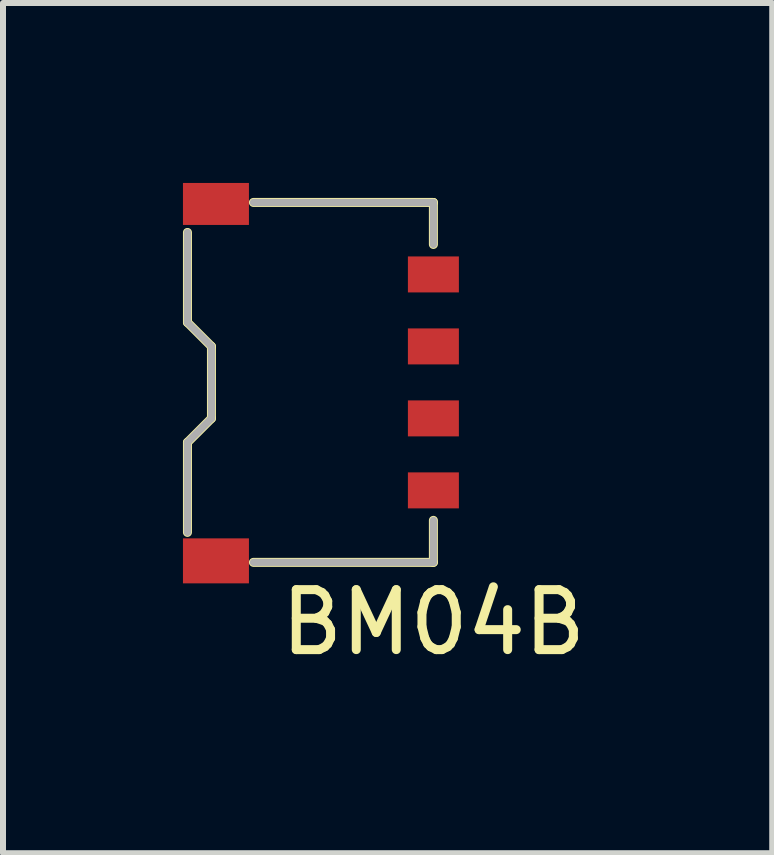
<source format=kicad_pcb>
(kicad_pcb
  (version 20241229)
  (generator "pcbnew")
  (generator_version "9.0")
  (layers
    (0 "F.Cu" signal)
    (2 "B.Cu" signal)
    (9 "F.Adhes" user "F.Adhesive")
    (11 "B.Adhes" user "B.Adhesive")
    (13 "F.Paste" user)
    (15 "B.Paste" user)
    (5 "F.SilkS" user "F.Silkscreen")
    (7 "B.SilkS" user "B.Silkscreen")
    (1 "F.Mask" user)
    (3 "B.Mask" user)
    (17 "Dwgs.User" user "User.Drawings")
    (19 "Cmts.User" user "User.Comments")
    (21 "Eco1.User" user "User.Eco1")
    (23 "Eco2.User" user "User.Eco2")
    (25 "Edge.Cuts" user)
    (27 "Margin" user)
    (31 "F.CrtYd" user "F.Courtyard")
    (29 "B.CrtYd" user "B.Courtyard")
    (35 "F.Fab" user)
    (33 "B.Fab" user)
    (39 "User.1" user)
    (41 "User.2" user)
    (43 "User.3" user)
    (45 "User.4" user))
  (footprint "BM04B"
    (layer "F.Cu")
    (at 4.175 3.325)
    (property "Reference" "BM04B" (at 0 4 0) (layer "F.SilkS") (effects (font (size 1 1) (thickness 0.15))))
    (attr through_hole)
    (fp_line (start -4.1 -2.5) (end -4.1 -1) (stroke (width 0.15) (type solid)) (layer "F.SilkS"))
    (fp_line (start -4.1 -1) (end -3.7 -0.6) (stroke (width 0.15) (type solid)) (layer "F.SilkS"))
    (fp_line (start -4.1 1) (end -4.1 2.5) (stroke (width 0.15) (type solid)) (layer "F.SilkS"))
    (fp_line (start -3.7 -0.6) (end -3.7 0.6) (stroke (width 0.15) (type solid)) (layer "F.SilkS"))
    (fp_line (start -3.7 0.6) (end -4.1 1) (stroke (width 0.15) (type solid)) (layer "F.SilkS"))
    (fp_line (start -3 -3) (end 0 -3) (stroke (width 0.15) (type solid)) (layer "F.SilkS"))
    (fp_line (start 0 -3) (end 0 -2.3) (stroke (width 0.15) (type solid)) (layer "F.SilkS"))
    (fp_line (start 0 2.3) (end 0 3) (stroke (width 0.15) (type solid)) (layer "F.SilkS"))
    (fp_line (start 0 3) (end -3 3) (stroke (width 0.15) (type solid)) (layer "F.SilkS"))
    (fp_line (start -4.1 -2.5) (end -4.1 -1) (stroke (width 0.12) (type solid)) (layer "F.Fab"))
    (fp_line (start -4.1 -1) (end -3.7 -0.6) (stroke (width 0.12) (type solid)) (layer "F.Fab"))
    (fp_line (start -4.1 1) (end -4.1 2.5) (stroke (width 0.12) (type solid)) (layer "F.Fab"))
    (fp_line (start -3.7 -0.6) (end -3.7 0.6) (stroke (width 0.12) (type solid)) (layer "F.Fab"))
    (fp_line (start -3.7 0.6) (end -4.1 1) (stroke (width 0.12) (type solid)) (layer "F.Fab"))
    (fp_line (start -3 -3) (end 0 -3) (stroke (width 0.12) (type solid)) (layer "F.Fab"))
    (fp_line (start 0 -3) (end 0 -2.3) (stroke (width 0.12) (type solid)) (layer "F.Fab"))
    (fp_line (start 0 2.3) (end 0 3) (stroke (width 0.12) (type solid)) (layer "F.Fab"))
    (fp_line (start 0 3) (end -3 3) (stroke (width 0.12) (type solid)) (layer "F.Fab"))
    (pad "" smd rect (at -3.625 -2.975) (size 1.1 0.7) (layers "F.Cu" "F.Mask" "F.Paste"))
    (pad "" smd rect (at -3.625 2.975) (size 1.1 0.75) (layers "F.Cu" "F.Mask" "F.Paste"))
    (pad "1" smd rect (at 0 -1.8) (size 0.85 0.6) (layers "F.Cu" "F.Mask" "F.Paste"))
    (pad "2" smd rect (at 0 -0.6) (size 0.85 0.6) (layers "F.Cu" "F.Mask" "F.Paste"))
    (pad "3" smd rect (at 0 0.6) (size 0.85 0.6) (layers "F.Cu" "F.Mask" "F.Paste"))
    (pad "4" smd rect (at 0 1.8) (size 0.85 0.6) (layers "F.Cu" "F.Mask" "F.Paste")))
  (gr_rect
    (start -3 -3)
    (end 9.824 11.173)
    (stroke (width 0.1) (type default))
    (fill no)
    (layer "Edge.Cuts")))
</source>
